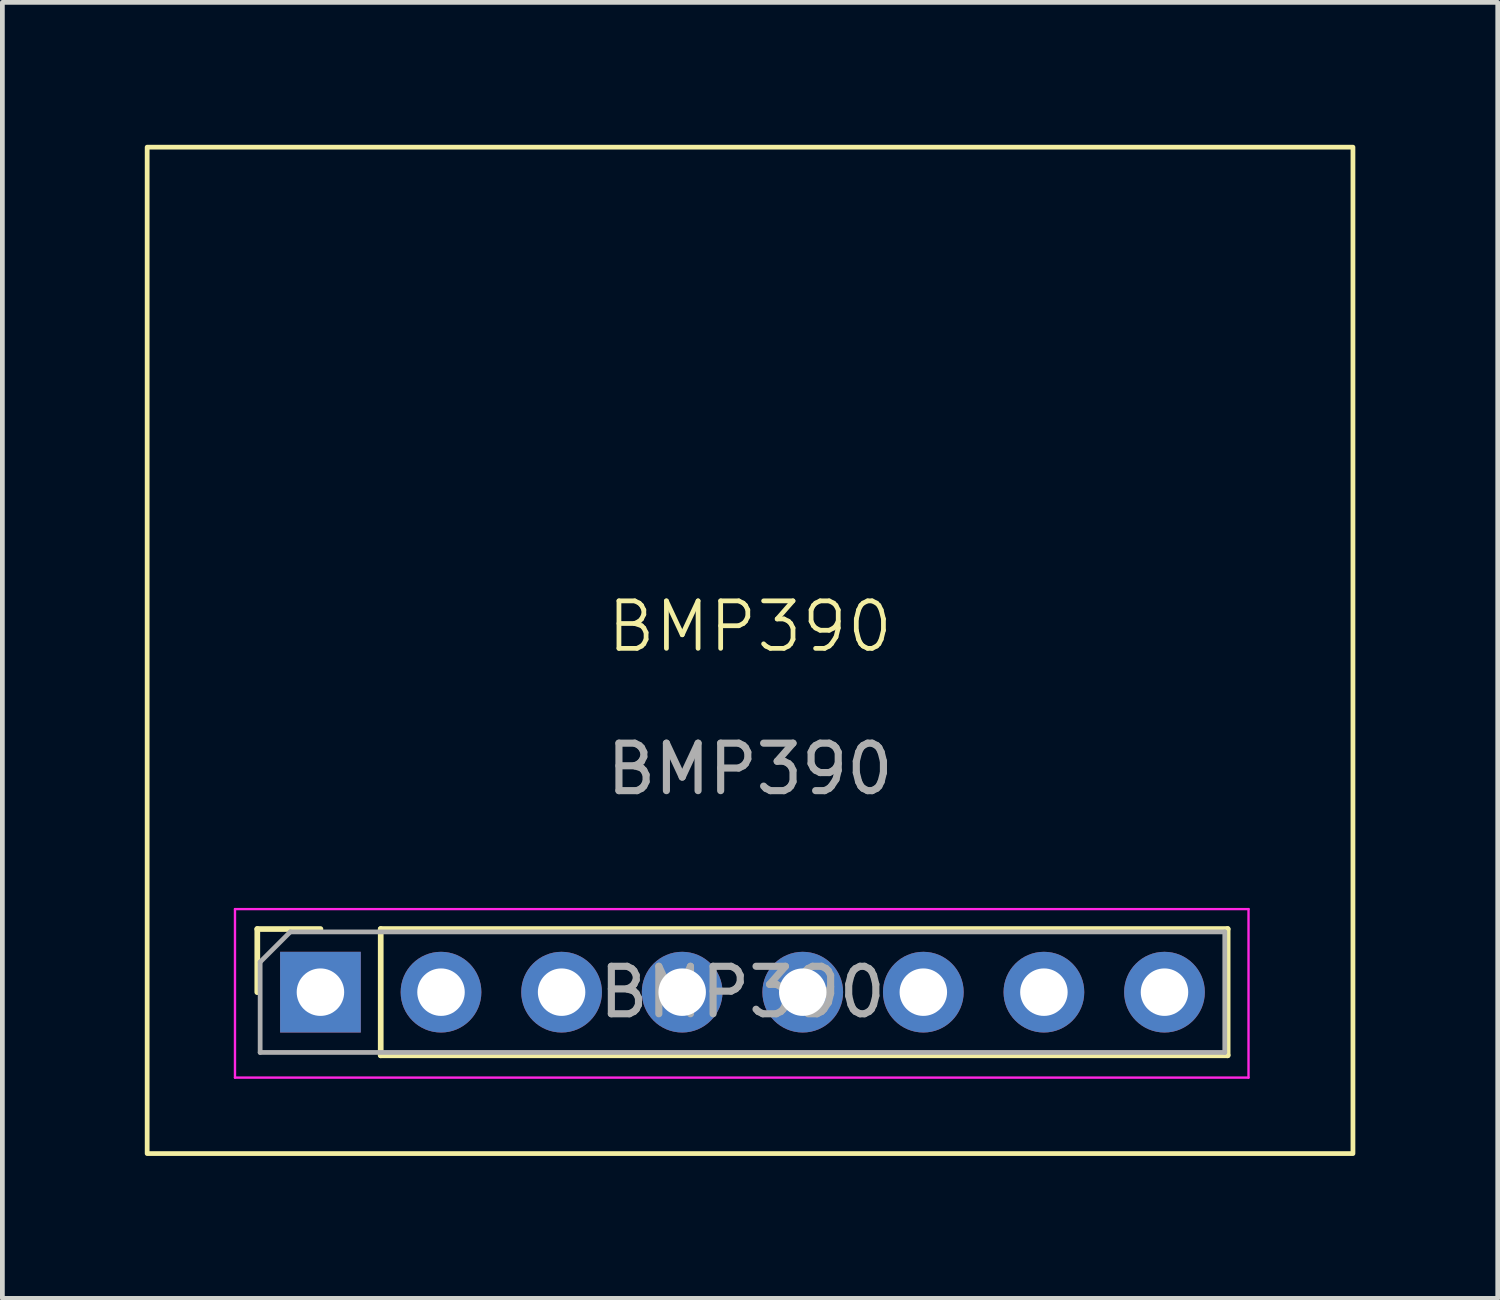
<source format=kicad_pcb>
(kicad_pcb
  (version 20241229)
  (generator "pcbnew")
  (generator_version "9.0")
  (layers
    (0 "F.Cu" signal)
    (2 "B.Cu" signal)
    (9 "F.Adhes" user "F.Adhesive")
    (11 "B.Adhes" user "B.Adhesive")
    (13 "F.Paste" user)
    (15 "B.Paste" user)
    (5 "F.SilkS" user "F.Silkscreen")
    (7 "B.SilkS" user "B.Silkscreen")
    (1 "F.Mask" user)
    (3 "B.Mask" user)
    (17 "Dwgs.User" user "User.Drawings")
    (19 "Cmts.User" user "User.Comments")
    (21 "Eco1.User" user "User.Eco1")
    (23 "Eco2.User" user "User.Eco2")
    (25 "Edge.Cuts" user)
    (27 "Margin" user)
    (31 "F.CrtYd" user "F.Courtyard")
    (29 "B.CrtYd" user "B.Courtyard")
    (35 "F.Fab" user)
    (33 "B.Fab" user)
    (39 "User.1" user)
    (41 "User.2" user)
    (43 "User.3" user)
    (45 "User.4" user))
  (footprint "BMP390"
    (layer "F.Cu")
    (at 12.75 10.65)
    (property "Reference" "BMP390" (at 0 -0.5 0) (unlocked yes) (layer "F.SilkS") (effects (font (size 1 1) (thickness 0.1))))
    (attr through_hole)
    (fp_line (start -10.38 5.87) (end -9.05 5.87) (stroke (width 0.12) (type solid)) (layer "F.SilkS"))
    (fp_line (start -10.38 7.2) (end -10.38 5.87) (stroke (width 0.12) (type solid)) (layer "F.SilkS"))
    (fp_line (start -7.78 5.87) (end 10.06 5.87) (stroke (width 0.12) (type solid)) (layer "F.SilkS"))
    (fp_line (start -7.78 8.53) (end -7.78 5.87) (stroke (width 0.12) (type solid)) (layer "F.SilkS"))
    (fp_line (start -7.78 8.53) (end 10.06 8.53) (stroke (width 0.12) (type solid)) (layer "F.SilkS"))
    (fp_line (start 10.06 8.53) (end 10.06 5.87) (stroke (width 0.12) (type solid)) (layer "F.SilkS"))
    (fp_rect (start -12.7 -10.6) (end 12.7 10.6) (stroke (width 0.1) (type default)) (fill no) (layer "F.SilkS"))
    (fp_line (start -10.85 5.45) (end 10.5 5.45) (stroke (width 0.05) (type solid)) (layer "F.CrtYd"))
    (fp_line (start -10.85 9) (end -10.85 5.45) (stroke (width 0.05) (type solid)) (layer "F.CrtYd"))
    (fp_line (start 10.5 5.45) (end 10.5 9) (stroke (width 0.05) (type solid)) (layer "F.CrtYd"))
    (fp_line (start 10.5 9) (end -10.85 9) (stroke (width 0.05) (type solid)) (layer "F.CrtYd"))
    (fp_line (start -10.32 6.565) (end -9.685 5.93) (stroke (width 0.1) (type solid)) (layer "F.Fab"))
    (fp_line (start -10.32 8.47) (end -10.32 6.565) (stroke (width 0.1) (type solid)) (layer "F.Fab"))
    (fp_line (start -9.685 5.93) (end 10 5.93) (stroke (width 0.1) (type solid)) (layer "F.Fab"))
    (fp_line (start 10 5.93) (end 10 8.47) (stroke (width 0.1) (type solid)) (layer "F.Fab"))
    (fp_line (start 10 8.47) (end -10.32 8.47) (stroke (width 0.1) (type solid)) (layer "F.Fab"))
    (fp_text user "${REFERENCE}" (at 0 2.5 0) (unlocked yes) (layer "F.Fab") (effects (font (size 1 1) (thickness 0.15))))
    (fp_text user "${REFERENCE}" (at -0.16 7.2 180) (layer "F.Fab") (effects (font (size 1 1) (thickness 0.15))))
    (pad "1" thru_hole rect (at -9.05 7.2 90) (size 1.7 1.7) (drill 1) (layers "*.Cu" "*.Mask"))
    (pad "2" thru_hole oval (at -6.51 7.2 90) (size 1.7 1.7) (drill 1) (layers "*.Cu" "*.Mask"))
    (pad "3" thru_hole oval (at -3.97 7.2 90) (size 1.7 1.7) (drill 1) (layers "*.Cu" "*.Mask"))
    (pad "4" thru_hole oval (at -1.43 7.2 90) (size 1.7 1.7) (drill 1) (layers "*.Cu" "*.Mask"))
    (pad "5" thru_hole oval (at 1.11 7.2 90) (size 1.7 1.7) (drill 1) (layers "*.Cu" "*.Mask"))
    (pad "6" thru_hole oval (at 3.65 7.2 90) (size 1.7 1.7) (drill 1) (layers "*.Cu" "*.Mask"))
    (pad "7" thru_hole oval (at 6.19 7.2 90) (size 1.7 1.7) (drill 1) (layers "*.Cu" "*.Mask"))
    (pad "8" thru_hole oval (at 8.73 7.2 90) (size 1.7 1.7) (drill 1) (layers "*.Cu" "*.Mask")))
  (gr_rect
    (start -3 -3)
    (end 28.5 24.3)
    (stroke (width 0.1) (type default))
    (fill no)
    (layer "Edge.Cuts")))
</source>
